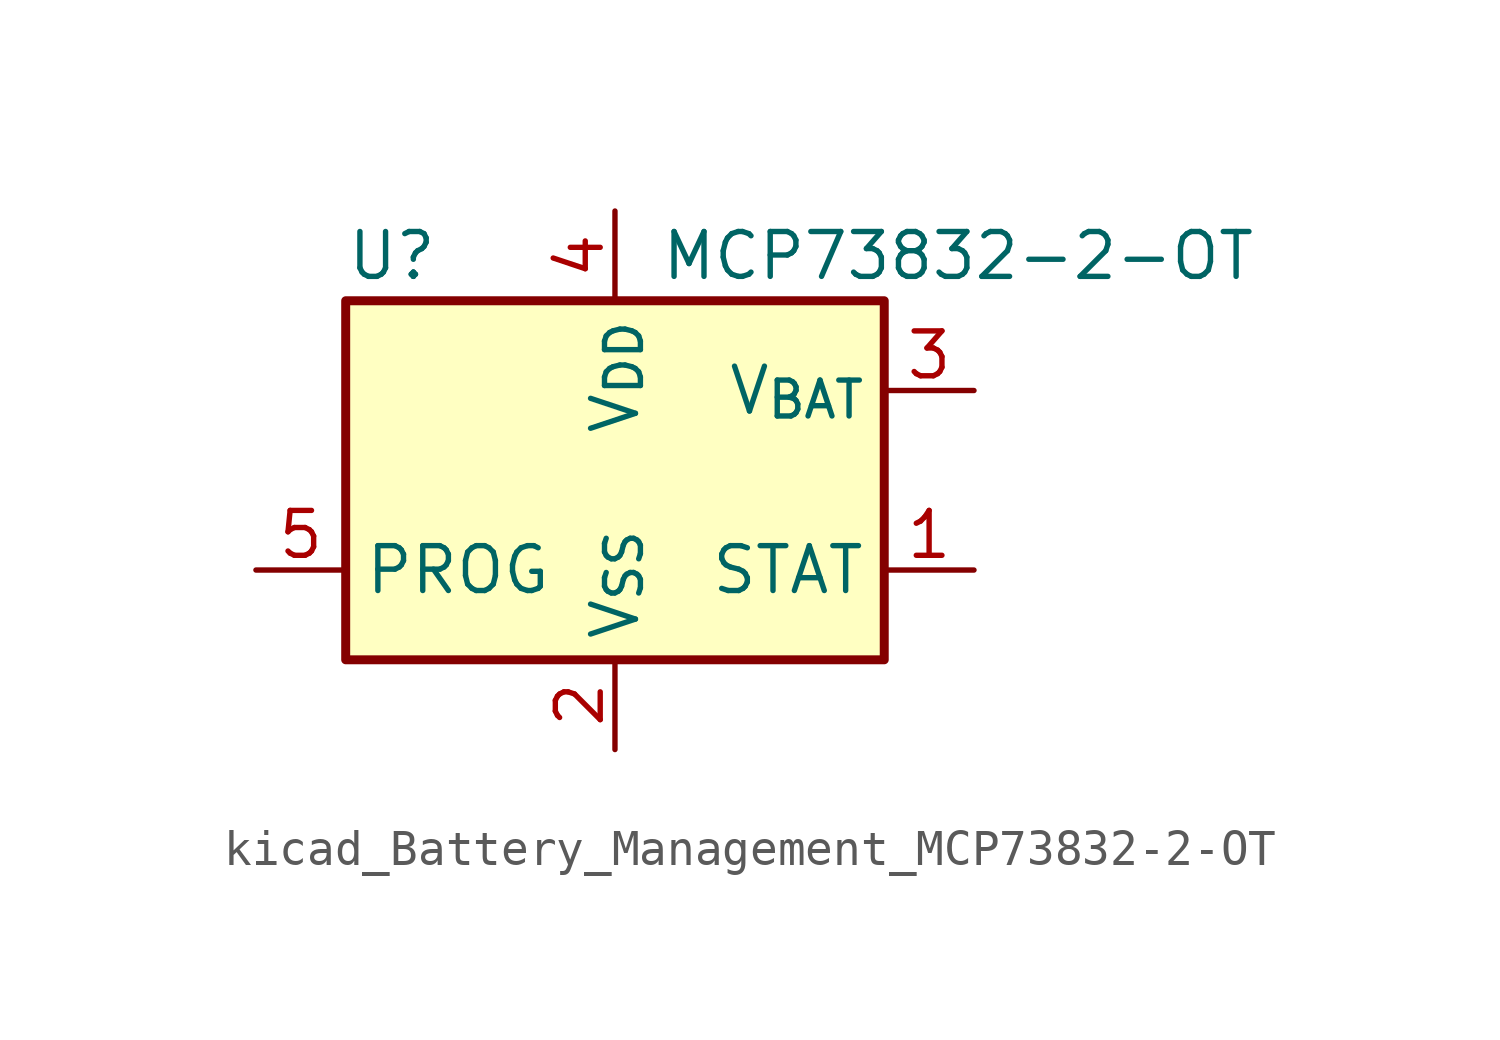
<source format=kicad_sym>
(kicad_symbol_lib
  (version 20220914)
  (generator kicad_symbol_editor)
  (symbol "kicad_Battery_Management_MCP73832-2-OT"
    (property "Reference" "U"
      (at -7.62 6.35 0)
      (effects (font (size 1.27 1.27)) (justify left)))
    (property "Value" "MCP73832-2-OT"
      (at 1.27 6.35 0)
      (effects (font (size 1.27 1.27)) (justify left)))
    (symbol "kicad_Battery_Management_MCP73832-2-OT_0_1"
      (rectangle (start -7.62 5.08) (end 7.62 -5.08) (stroke (width 0.254) (type default)) (fill (type background))))
    (symbol "kicad_Battery_Management_MCP73832-2-OT_1_1"
      (pin output line (at 10.16 -2.54 180) (length 2.54) (name "STAT" (effects (font (size 1.27 1.27)))) (number "1" (effects (font (size 1.27 1.27)))))
      (pin power_in line (at 0 -7.62 90) (length 2.54) (name "V_{SS}" (effects (font (size 1.27 1.27)))) (number "2" (effects (font (size 1.27 1.27)))))
      (pin power_out line (at 10.16 2.54 180) (length 2.54) (name "V_{BAT}" (effects (font (size 1.27 1.27)))) (number "3" (effects (font (size 1.27 1.27)))))
      (pin power_in line (at 0 7.62 270) (length 2.54) (name "V_{DD}" (effects (font (size 1.27 1.27)))) (number "4" (effects (font (size 1.27 1.27)))))
      (pin input line (at -10.16 -2.54 0) (length 2.54) (name "PROG" (effects (font (size 1.27 1.27)))) (number "5" (effects (font (size 1.27 1.27))))))))
</source>
